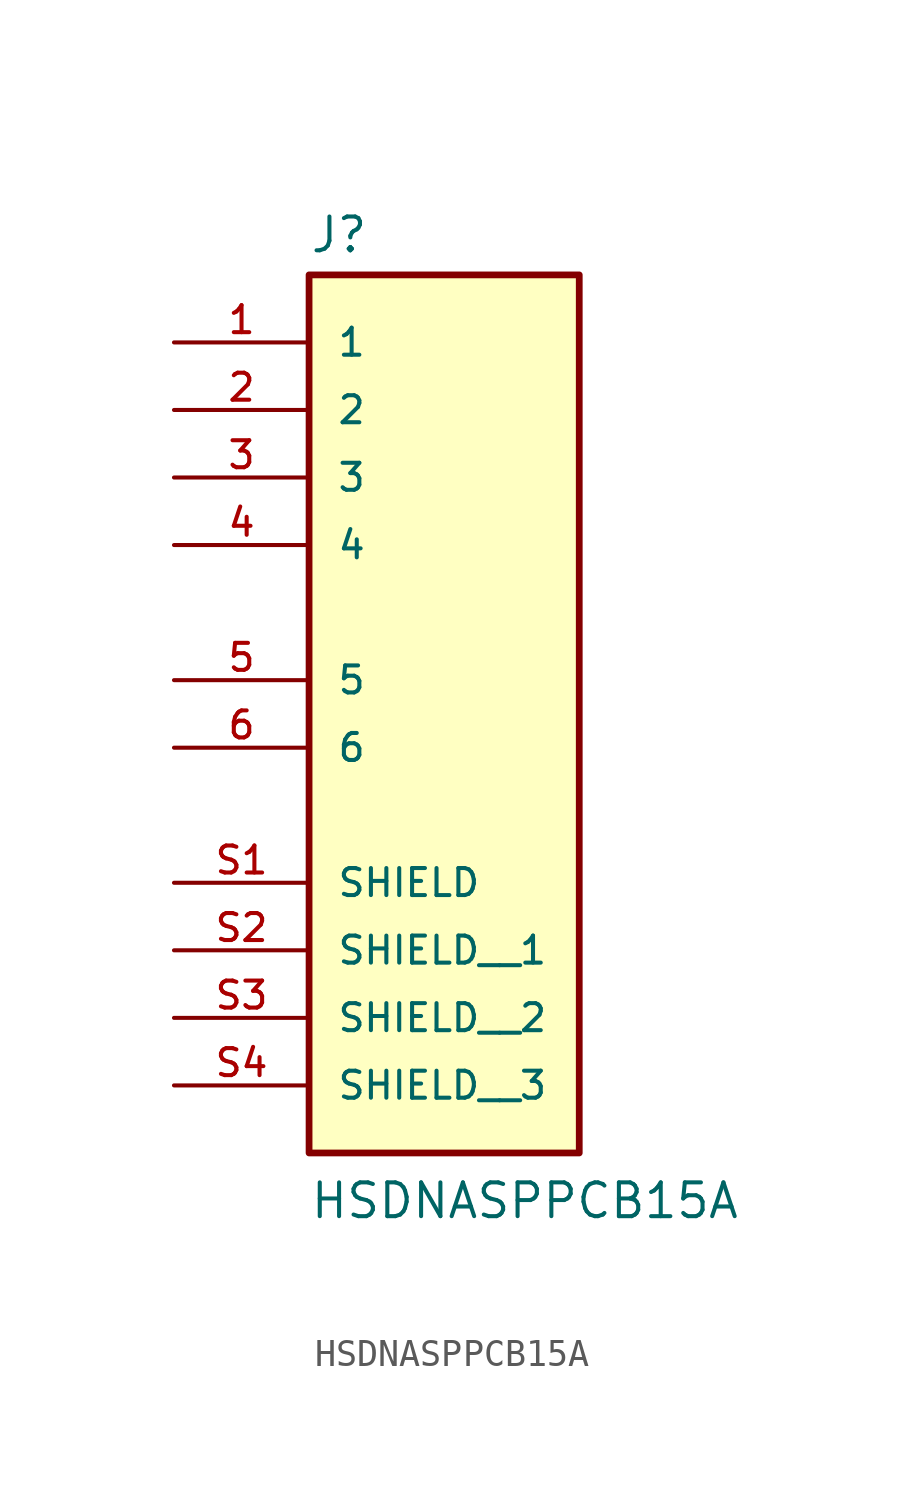
<source format=kicad_sym>
(kicad_symbol_lib
  (version 20211014)
  (generator kicad_symbol_editor)
  (symbol "HSDNASPPCB15A"
    (pin_names
      (offset 1.016))
    (property "Reference" "J"
      (at -5.08 13.462 0)
      (effects (font (size 1.27 1.27)) (justify bottom left)))
    (property "Value" "HSDNASPPCB15A"
      (at -5.08 -22.86 0)
      (effects (font (size 1.27 1.27)) (justify bottom left)))
    (symbol "HSDNASPPCB15A_0_0"
      (rectangle (start -5.08 -20.32) (end 5.08 12.7) (stroke (width 0.254)) (fill (type background)))
      (pin passive line (at -10.16 10.16 0) (length 5.08) (name "1" (effects (font (size 1.016 1.016)))) (number "1" (effects (font (size 1.016 1.016)))))
      (pin passive line (at -10.16 7.62 0) (length 5.08) (name "2" (effects (font (size 1.016 1.016)))) (number "2" (effects (font (size 1.016 1.016)))))
      (pin passive line (at -10.16 5.08 0) (length 5.08) (name "3" (effects (font (size 1.016 1.016)))) (number "3" (effects (font (size 1.016 1.016)))))
      (pin passive line (at -10.16 2.54 0) (length 5.08) (name "4" (effects (font (size 1.016 1.016)))) (number "4" (effects (font (size 1.016 1.016)))))
      (pin passive line (at -10.16 -2.54 0) (length 5.08) (name "5" (effects (font (size 1.016 1.016)))) (number "5" (effects (font (size 1.016 1.016)))))
      (pin passive line (at -10.16 -5.08 0) (length 5.08) (name "6" (effects (font (size 1.016 1.016)))) (number "6" (effects (font (size 1.016 1.016)))))
      (pin passive line (at -10.16 -10.16 0) (length 5.08) (name "SHIELD" (effects (font (size 1.016 1.016)))) (number "S1" (effects (font (size 1.016 1.016)))))
      (pin passive line (at -10.16 -12.7 0) (length 5.08) (name "SHIELD__1" (effects (font (size 1.016 1.016)))) (number "S2" (effects (font (size 1.016 1.016)))))
      (pin passive line (at -10.16 -15.24 0) (length 5.08) (name "SHIELD__2" (effects (font (size 1.016 1.016)))) (number "S3" (effects (font (size 1.016 1.016)))))
      (pin passive line (at -10.16 -17.78 0) (length 5.08) (name "SHIELD__3" (effects (font (size 1.016 1.016)))) (number "S4" (effects (font (size 1.016 1.016))))))))
</source>
